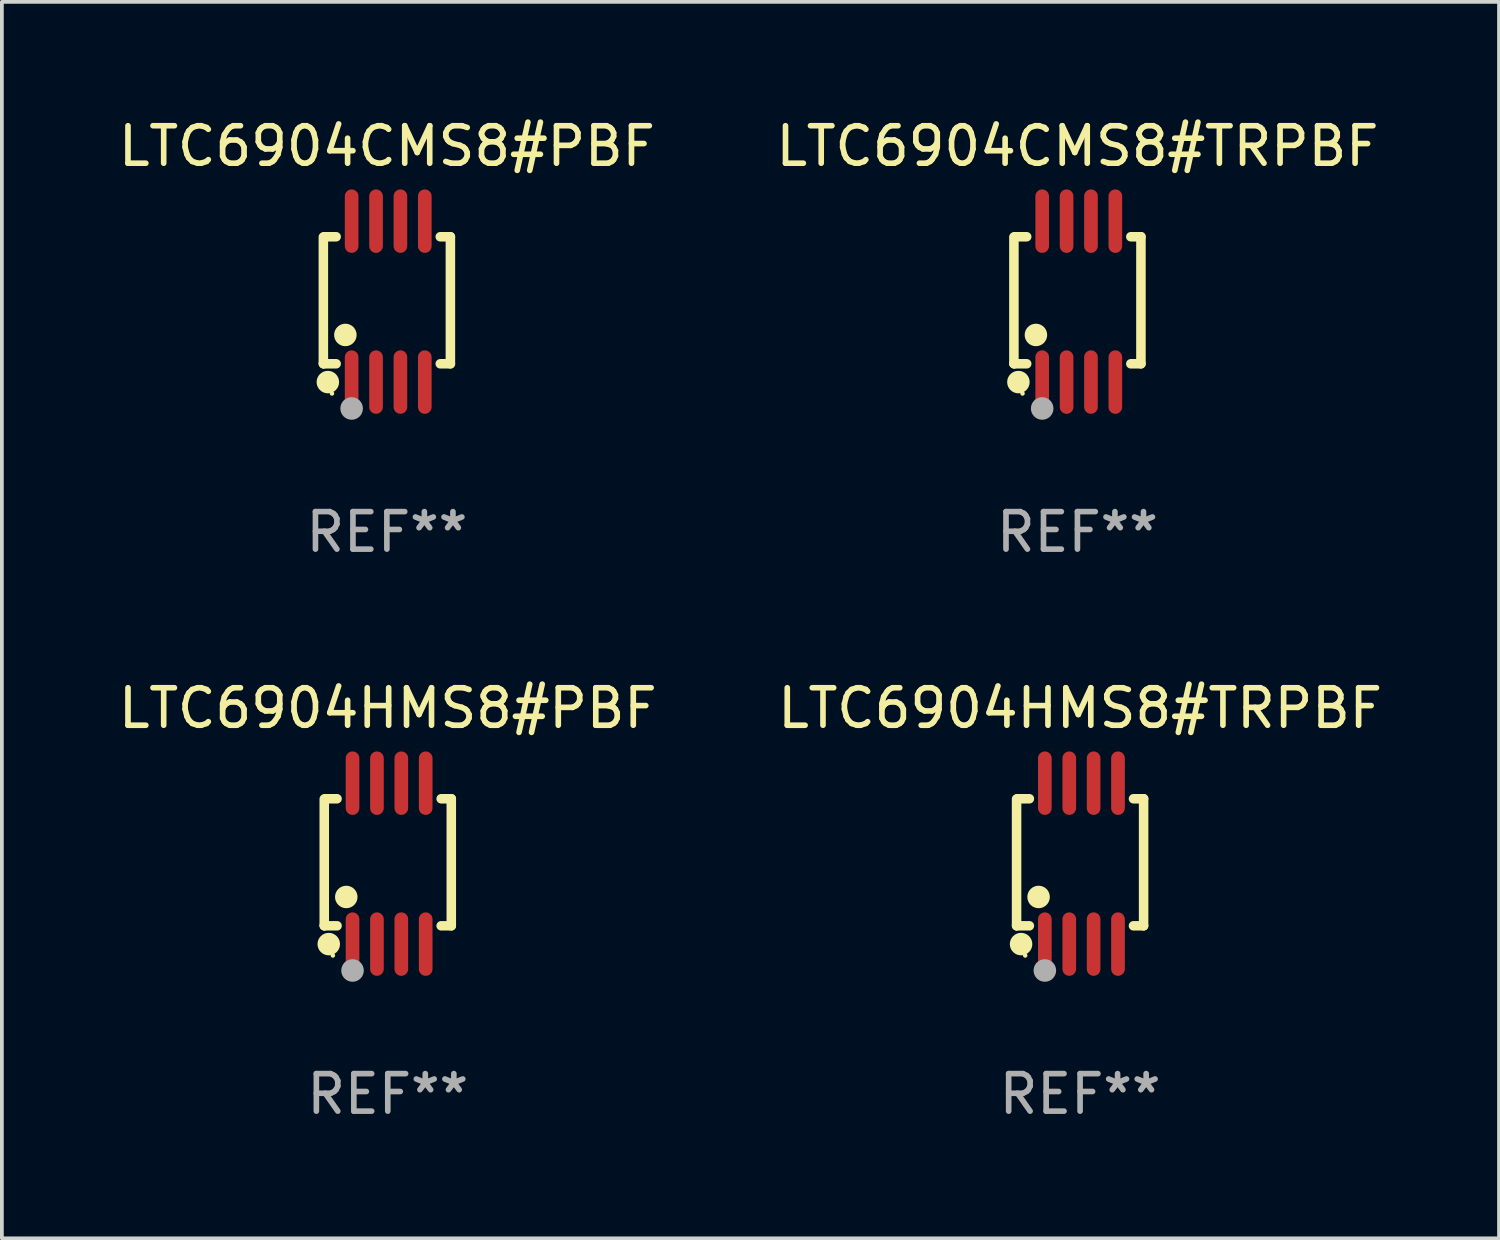
<source format=kicad_pcb>
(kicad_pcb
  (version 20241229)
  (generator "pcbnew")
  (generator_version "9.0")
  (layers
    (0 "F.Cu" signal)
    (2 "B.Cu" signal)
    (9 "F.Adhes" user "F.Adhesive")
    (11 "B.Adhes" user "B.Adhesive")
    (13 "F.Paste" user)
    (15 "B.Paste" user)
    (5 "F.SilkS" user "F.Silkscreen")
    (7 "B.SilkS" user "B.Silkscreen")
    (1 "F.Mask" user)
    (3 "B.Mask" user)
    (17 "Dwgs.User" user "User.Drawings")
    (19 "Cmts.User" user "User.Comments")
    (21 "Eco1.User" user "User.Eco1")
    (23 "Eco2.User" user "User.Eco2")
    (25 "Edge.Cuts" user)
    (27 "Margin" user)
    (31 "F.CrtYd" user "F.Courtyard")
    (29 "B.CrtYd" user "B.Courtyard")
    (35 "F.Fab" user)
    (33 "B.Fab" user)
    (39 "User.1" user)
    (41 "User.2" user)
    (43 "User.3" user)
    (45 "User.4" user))
  (footprint "LTC6904HMS8#PBF"
    (layer "F.Cu")
    (at 7.292 19.983)
    (property "Reference" "LTC6904HMS8#PBF" (at 0 -4.146 0) (layer "F.SilkS") (effects (font (size 1 1) (thickness 0.15))))
    (attr through_hole)
    (fp_line (start -1.694 -1.724) (end -1.694 1.652) (stroke (width 0.254) (type solid)) (layer "F.SilkS"))
    (fp_line (start -1.694 1.652) (end -1.688 1.658) (stroke (width 0.254) (type solid)) (layer "F.SilkS"))
    (fp_line (start -1.688 1.658) (end -1.353 1.658) (stroke (width 0.254) (type solid)) (layer "F.SilkS"))
    (fp_line (start -1.661 -1.73) (end -1.681 -1.71) (stroke (width 0.254) (type solid)) (layer "F.SilkS"))
    (fp_line (start -1.353 -1.73) (end -1.661 -1.73) (stroke (width 0.254) (type solid)) (layer "F.SilkS"))
    (fp_line (start 1.424 1.658) (end 1.694 1.658) (stroke (width 0.254) (type solid)) (layer "F.SilkS"))
    (fp_line (start 1.694 -1.73) (end 1.424 -1.73) (stroke (width 0.254) (type solid)) (layer "F.SilkS"))
    (fp_line (start 1.694 1.658) (end 1.694 -1.73) (stroke (width 0.254) (type solid)) (layer "F.SilkS"))
    (fp_circle (center -1.574 2.146) (end -1.424 2.146) (stroke (width 0.3) (type solid)) (fill no) (layer "F.SilkS"))
    (fp_circle (center -1.464 2.45) (end -1.434 2.45) (stroke (width 0.06) (type solid)) (fill no) (layer "F.SilkS"))
    (fp_circle (center -1.107 0.889) (end -0.957 0.889) (stroke (width 0.3) (type solid)) (fill no) (layer "F.SilkS"))
    (fp_circle (center -0.94 2.85) (end -0.789 2.85) (stroke (width 0.3) (type solid)) (fill no) (layer "F.Fab"))
    (fp_text user "REF**" (at 0 6.146 0) (layer "F.Fab") (effects (font (size 1 1) (thickness 0.15))))
    (pad "1" smd oval (at -0.94 2.146) (size 0.364 1.692) (layers "F.Cu" "F.Mask" "F.Paste"))
    (pad "2" smd oval (at -0.289 2.146) (size 0.364 1.692) (layers "F.Cu" "F.Mask" "F.Paste"))
    (pad "3" smd oval (at 0.361 2.146) (size 0.364 1.692) (layers "F.Cu" "F.Mask" "F.Paste"))
    (pad "4" smd oval (at 1.011 2.146) (size 0.364 1.692) (layers "F.Cu" "F.Mask" "F.Paste"))
    (pad "5" smd oval (at 1.011 -2.146) (size 0.364 1.692) (layers "F.Cu" "F.Mask" "F.Paste"))
    (pad "6" smd oval (at 0.361 -2.146) (size 0.364 1.692) (layers "F.Cu" "F.Mask" "F.Paste"))
    (pad "7" smd oval (at -0.289 -2.146) (size 0.364 1.692) (layers "F.Cu" "F.Mask" "F.Paste"))
    (pad "8" smd oval (at -0.94 -2.146) (size 0.364 1.692) (layers "F.Cu" "F.Mask" "F.Paste")))
  (footprint "LTC6904HMS8#TRPBF"
    (layer "F.Cu")
    (at 25.756 19.983)
    (property "Reference" "LTC6904HMS8#TRPBF" (at 0 -4.146 0) (layer "F.SilkS") (effects (font (size 1 1) (thickness 0.15))))
    (attr through_hole)
    (fp_line (start -1.694 -1.724) (end -1.694 1.652) (stroke (width 0.254) (type solid)) (layer "F.SilkS"))
    (fp_line (start -1.694 1.652) (end -1.688 1.658) (stroke (width 0.254) (type solid)) (layer "F.SilkS"))
    (fp_line (start -1.688 1.658) (end -1.353 1.658) (stroke (width 0.254) (type solid)) (layer "F.SilkS"))
    (fp_line (start -1.661 -1.73) (end -1.681 -1.71) (stroke (width 0.254) (type solid)) (layer "F.SilkS"))
    (fp_line (start -1.353 -1.73) (end -1.661 -1.73) (stroke (width 0.254) (type solid)) (layer "F.SilkS"))
    (fp_line (start 1.424 1.658) (end 1.694 1.658) (stroke (width 0.254) (type solid)) (layer "F.SilkS"))
    (fp_line (start 1.694 -1.73) (end 1.424 -1.73) (stroke (width 0.254) (type solid)) (layer "F.SilkS"))
    (fp_line (start 1.694 1.658) (end 1.694 -1.73) (stroke (width 0.254) (type solid)) (layer "F.SilkS"))
    (fp_circle (center -1.574 2.146) (end -1.424 2.146) (stroke (width 0.3) (type solid)) (fill no) (layer "F.SilkS"))
    (fp_circle (center -1.464 2.45) (end -1.434 2.45) (stroke (width 0.06) (type solid)) (fill no) (layer "F.SilkS"))
    (fp_circle (center -1.107 0.889) (end -0.957 0.889) (stroke (width 0.3) (type solid)) (fill no) (layer "F.SilkS"))
    (fp_circle (center -0.94 2.85) (end -0.789 2.85) (stroke (width 0.3) (type solid)) (fill no) (layer "F.Fab"))
    (fp_text user "REF**" (at 0 6.146 0) (layer "F.Fab") (effects (font (size 1 1) (thickness 0.15))))
    (pad "1" smd oval (at -0.94 2.146) (size 0.364 1.692) (layers "F.Cu" "F.Mask" "F.Paste"))
    (pad "2" smd oval (at -0.289 2.146) (size 0.364 1.692) (layers "F.Cu" "F.Mask" "F.Paste"))
    (pad "3" smd oval (at 0.361 2.146) (size 0.364 1.692) (layers "F.Cu" "F.Mask" "F.Paste"))
    (pad "4" smd oval (at 1.011 2.146) (size 0.364 1.692) (layers "F.Cu" "F.Mask" "F.Paste"))
    (pad "5" smd oval (at 1.011 -2.146) (size 0.364 1.692) (layers "F.Cu" "F.Mask" "F.Paste"))
    (pad "6" smd oval (at 0.361 -2.146) (size 0.364 1.692) (layers "F.Cu" "F.Mask" "F.Paste"))
    (pad "7" smd oval (at -0.289 -2.146) (size 0.364 1.692) (layers "F.Cu" "F.Mask" "F.Paste"))
    (pad "8" smd oval (at -0.94 -2.146) (size 0.364 1.692) (layers "F.Cu" "F.Mask" "F.Paste")))
  (footprint "LTC6904CMS8#PBF"
    (layer "F.Cu")
    (at 7.268 4.994)
    (property "Reference" "LTC6904CMS8#PBF" (at 0 -4.146 0) (layer "F.SilkS") (effects (font (size 1 1) (thickness 0.15))))
    (attr through_hole)
    (fp_line (start -1.694 -1.724) (end -1.694 1.652) (stroke (width 0.254) (type solid)) (layer "F.SilkS"))
    (fp_line (start -1.694 1.652) (end -1.688 1.658) (stroke (width 0.254) (type solid)) (layer "F.SilkS"))
    (fp_line (start -1.688 1.658) (end -1.353 1.658) (stroke (width 0.254) (type solid)) (layer "F.SilkS"))
    (fp_line (start -1.661 -1.73) (end -1.681 -1.71) (stroke (width 0.254) (type solid)) (layer "F.SilkS"))
    (fp_line (start -1.353 -1.73) (end -1.661 -1.73) (stroke (width 0.254) (type solid)) (layer "F.SilkS"))
    (fp_line (start 1.424 1.658) (end 1.694 1.658) (stroke (width 0.254) (type solid)) (layer "F.SilkS"))
    (fp_line (start 1.694 -1.73) (end 1.424 -1.73) (stroke (width 0.254) (type solid)) (layer "F.SilkS"))
    (fp_line (start 1.694 1.658) (end 1.694 -1.73) (stroke (width 0.254) (type solid)) (layer "F.SilkS"))
    (fp_circle (center -1.574 2.146) (end -1.424 2.146) (stroke (width 0.3) (type solid)) (fill no) (layer "F.SilkS"))
    (fp_circle (center -1.464 2.45) (end -1.434 2.45) (stroke (width 0.06) (type solid)) (fill no) (layer "F.SilkS"))
    (fp_circle (center -1.107 0.889) (end -0.957 0.889) (stroke (width 0.3) (type solid)) (fill no) (layer "F.SilkS"))
    (fp_circle (center -0.94 2.85) (end -0.789 2.85) (stroke (width 0.3) (type solid)) (fill no) (layer "F.Fab"))
    (fp_text user "REF**" (at 0 6.146 0) (layer "F.Fab") (effects (font (size 1 1) (thickness 0.15))))
    (pad "1" smd oval (at -0.94 2.146) (size 0.364 1.692) (layers "F.Cu" "F.Mask" "F.Paste"))
    (pad "2" smd oval (at -0.289 2.146) (size 0.364 1.692) (layers "F.Cu" "F.Mask" "F.Paste"))
    (pad "3" smd oval (at 0.361 2.146) (size 0.364 1.692) (layers "F.Cu" "F.Mask" "F.Paste"))
    (pad "4" smd oval (at 1.011 2.146) (size 0.364 1.692) (layers "F.Cu" "F.Mask" "F.Paste"))
    (pad "5" smd oval (at 1.011 -2.146) (size 0.364 1.692) (layers "F.Cu" "F.Mask" "F.Paste"))
    (pad "6" smd oval (at 0.361 -2.146) (size 0.364 1.692) (layers "F.Cu" "F.Mask" "F.Paste"))
    (pad "7" smd oval (at -0.289 -2.146) (size 0.364 1.692) (layers "F.Cu" "F.Mask" "F.Paste"))
    (pad "8" smd oval (at -0.94 -2.146) (size 0.364 1.692) (layers "F.Cu" "F.Mask" "F.Paste")))
  (footprint "LTC6904CMS8#TRPBF"
    (layer "F.Cu")
    (at 25.685 4.994)
    (property "Reference" "LTC6904CMS8#TRPBF" (at 0 -4.146 0) (layer "F.SilkS") (effects (font (size 1 1) (thickness 0.15))))
    (attr through_hole)
    (fp_line (start -1.694 -1.724) (end -1.694 1.652) (stroke (width 0.254) (type solid)) (layer "F.SilkS"))
    (fp_line (start -1.694 1.652) (end -1.688 1.658) (stroke (width 0.254) (type solid)) (layer "F.SilkS"))
    (fp_line (start -1.688 1.658) (end -1.353 1.658) (stroke (width 0.254) (type solid)) (layer "F.SilkS"))
    (fp_line (start -1.661 -1.73) (end -1.681 -1.71) (stroke (width 0.254) (type solid)) (layer "F.SilkS"))
    (fp_line (start -1.353 -1.73) (end -1.661 -1.73) (stroke (width 0.254) (type solid)) (layer "F.SilkS"))
    (fp_line (start 1.424 1.658) (end 1.694 1.658) (stroke (width 0.254) (type solid)) (layer "F.SilkS"))
    (fp_line (start 1.694 -1.73) (end 1.424 -1.73) (stroke (width 0.254) (type solid)) (layer "F.SilkS"))
    (fp_line (start 1.694 1.658) (end 1.694 -1.73) (stroke (width 0.254) (type solid)) (layer "F.SilkS"))
    (fp_circle (center -1.574 2.146) (end -1.424 2.146) (stroke (width 0.3) (type solid)) (fill no) (layer "F.SilkS"))
    (fp_circle (center -1.464 2.45) (end -1.434 2.45) (stroke (width 0.06) (type solid)) (fill no) (layer "F.SilkS"))
    (fp_circle (center -1.107 0.889) (end -0.957 0.889) (stroke (width 0.3) (type solid)) (fill no) (layer "F.SilkS"))
    (fp_circle (center -0.94 2.85) (end -0.789 2.85) (stroke (width 0.3) (type solid)) (fill no) (layer "F.Fab"))
    (fp_text user "REF**" (at 0 6.146 0) (layer "F.Fab") (effects (font (size 1 1) (thickness 0.15))))
    (pad "1" smd oval (at -0.94 2.146) (size 0.364 1.692) (layers "F.Cu" "F.Mask" "F.Paste"))
    (pad "2" smd oval (at -0.289 2.146) (size 0.364 1.692) (layers "F.Cu" "F.Mask" "F.Paste"))
    (pad "3" smd oval (at 0.361 2.146) (size 0.364 1.692) (layers "F.Cu" "F.Mask" "F.Paste"))
    (pad "4" smd oval (at 1.011 2.146) (size 0.364 1.692) (layers "F.Cu" "F.Mask" "F.Paste"))
    (pad "5" smd oval (at 1.011 -2.146) (size 0.364 1.692) (layers "F.Cu" "F.Mask" "F.Paste"))
    (pad "6" smd oval (at 0.361 -2.146) (size 0.364 1.692) (layers "F.Cu" "F.Mask" "F.Paste"))
    (pad "7" smd oval (at -0.289 -2.146) (size 0.364 1.692) (layers "F.Cu" "F.Mask" "F.Paste"))
    (pad "8" smd oval (at -0.94 -2.146) (size 0.364 1.692) (layers "F.Cu" "F.Mask" "F.Paste")))
  (gr_rect
    (start -3 -3)
    (end 36.929 29.977)
    (stroke (width 0.1) (type default))
    (fill no)
    (layer "Edge.Cuts")))
</source>
